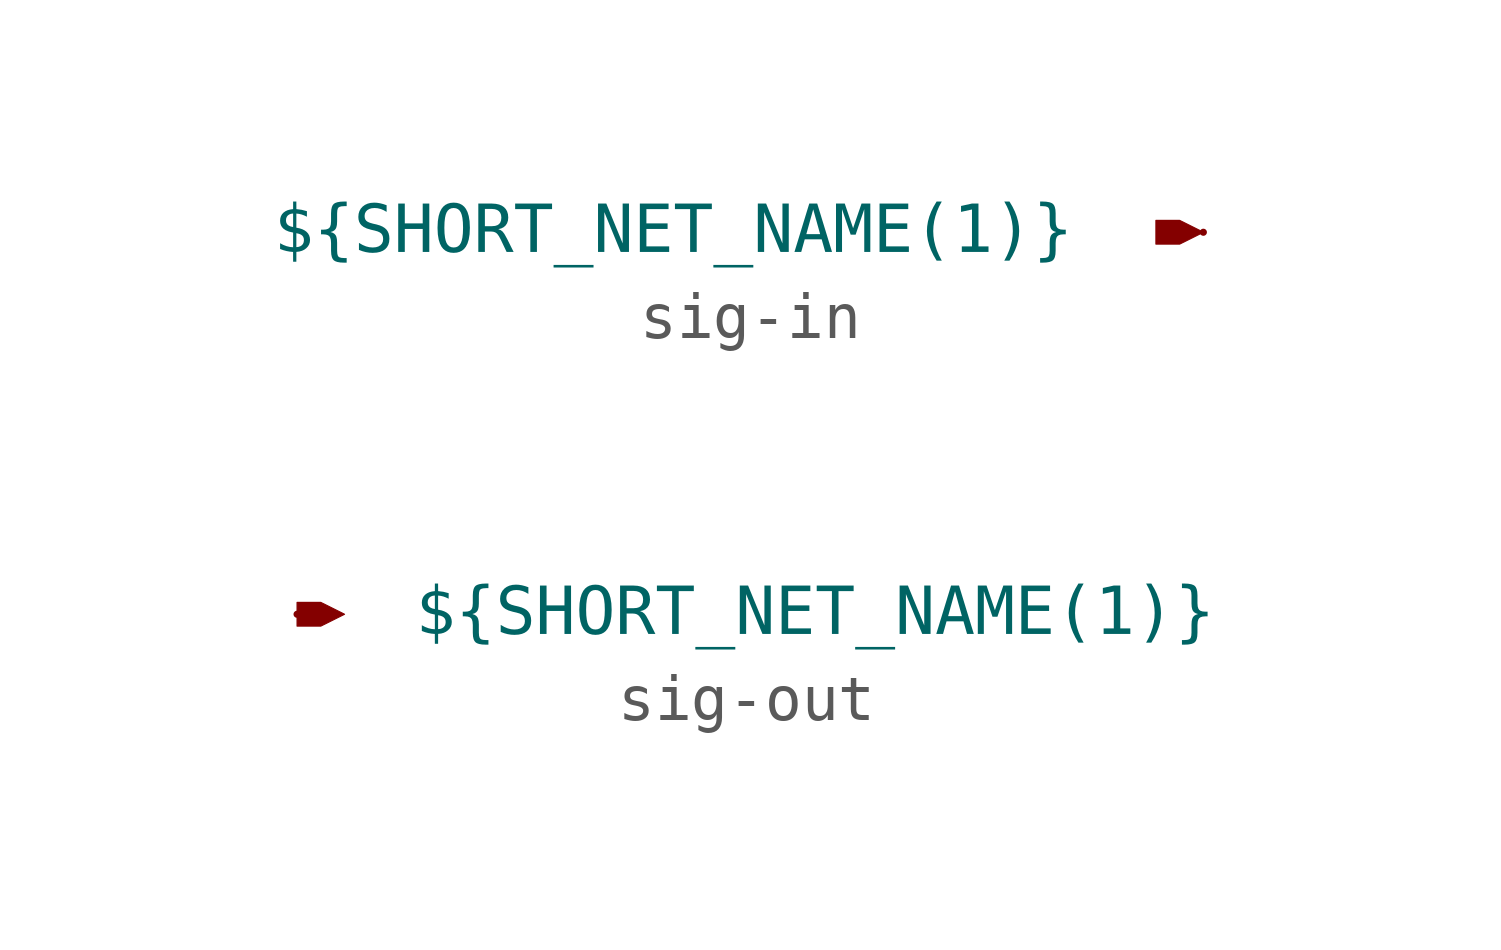
<source format=kicad_sym>
(kicad_symbol_lib
  (version 20241209)
  (generator "kicad_symbol_editor")
  (generator_version "9.0")
  (symbol "sig-in"
    (pin_numbers
      (hide yes))
    (pin_names
      (hide yes))
    (property "Reference" "#sig"
      (at 0 0 0)
      (effects (font (size 1.27 1.27)) (hide yes)))
    (property "Value" "${SHORT_NET_NAME(1)}"
      (at -2.794 0 0)
      (do_not_autoplace)
      (effects (font (face "Consolas") (size 1.016 1.016) (italic yes)) (justify right)))
    (symbol "sig-in_1_1"
      (polyline (pts (xy -1.016 0.254) (xy -1.016 -0.254) (xy -0.508 -0.254) (xy 0 0) (xy -0.508 0.254) (xy -1.016 0.254)) (stroke (width 0.025) (type solid)) (fill (type outline)))
      (pin passive line (at 0 0 0) (length 0) (name "" (effects (font (size 1.27 1.27)))) (number "1" (effects (font (size 1.27 1.27)))))))
  (symbol "sig-out"
    (pin_numbers
      (hide yes))
    (pin_names
      (hide yes))
    (property "Reference" "#sig"
      (at 0 0 0)
      (effects (font (size 1.27 1.27)) (hide yes)))
    (property "Value" "${SHORT_NET_NAME(1)}"
      (at 2.54 0 0)
      (do_not_autoplace)
      (effects (font (face "Consolas") (size 1.016 1.016) (italic yes)) (justify left)))
    (symbol "sig-out_1_1"
      (polyline (pts (xy 0 0.254) (xy 0 -0.254) (xy 0.508 -0.254) (xy 1.016 0) (xy 0.508 0.254) (xy 0 0.254)) (stroke (width 0.025) (type solid)) (fill (type outline)))
      (pin passive line (at 0 0 0) (length 0) (name "" (effects (font (size 1.27 1.27)))) (number "1" (effects (font (size 1.27 1.27))))))))
</source>
